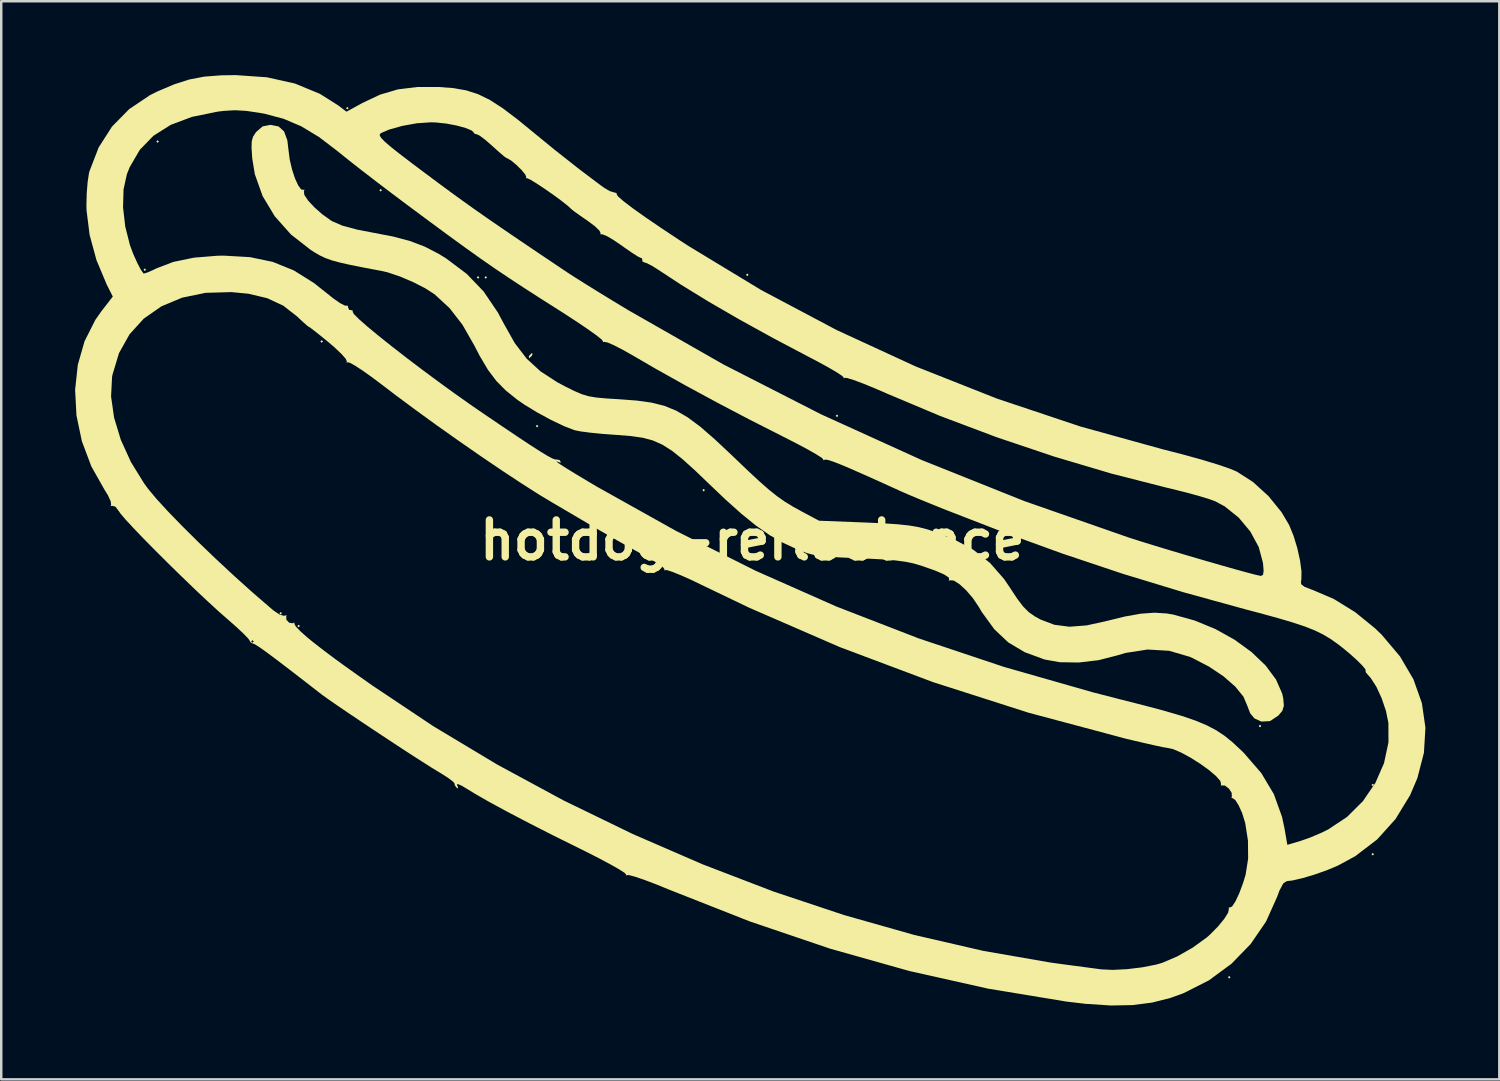
<source format=kicad_pcb>
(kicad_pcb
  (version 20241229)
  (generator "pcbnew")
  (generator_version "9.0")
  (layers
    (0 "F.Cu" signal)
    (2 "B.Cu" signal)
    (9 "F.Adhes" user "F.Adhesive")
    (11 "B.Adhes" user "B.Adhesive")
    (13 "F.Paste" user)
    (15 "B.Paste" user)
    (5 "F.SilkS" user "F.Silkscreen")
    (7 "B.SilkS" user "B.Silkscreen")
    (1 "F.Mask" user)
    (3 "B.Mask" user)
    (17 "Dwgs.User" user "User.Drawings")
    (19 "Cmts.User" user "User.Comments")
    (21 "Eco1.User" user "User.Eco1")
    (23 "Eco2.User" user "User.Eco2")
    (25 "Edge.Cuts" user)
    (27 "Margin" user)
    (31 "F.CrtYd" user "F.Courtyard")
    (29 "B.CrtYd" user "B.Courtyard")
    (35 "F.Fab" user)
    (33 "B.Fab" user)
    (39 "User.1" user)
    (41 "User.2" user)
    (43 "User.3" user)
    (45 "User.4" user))
  (footprint "hotdog-reflectance"
    (layer "F.Cu")
    (at 27.501 18.884)
    (property "Reference" "hotdog-reflectance" (at 0 0 0) (layer "F.SilkS") (effects (font (size 1.5 1.5) (thickness 0.3))))
    (attr board_only exclude_from_pos_files exclude_from_bom)
    (fp_poly (pts (xy -24.619 -10.982) (xy -24.671 -10.93) (xy -24.723 -10.982) (xy -24.671 -11.034)) (stroke (width 0) (type solid)) (fill yes) (layer "F.SilkS"))
    (fp_poly (pts (xy -24.099 -16.187) (xy -24.151 -16.135) (xy -24.203 -16.187) (xy -24.151 -16.239)) (stroke (width 0) (type solid)) (fill yes) (layer "F.SilkS"))
    (fp_poly (pts (xy -19.102 2.967) (xy -19.154 3.019) (xy -19.206 2.967) (xy -19.154 2.915)) (stroke (width 0) (type solid)) (fill yes) (layer "F.SilkS"))
    (fp_poly (pts (xy -18.373 3.487) (xy -18.425 3.539) (xy -18.477 3.487) (xy -18.425 3.435)) (stroke (width 0) (type solid)) (fill yes) (layer "F.SilkS"))
    (fp_poly (pts (xy -17.436 -8.068) (xy -17.489 -8.016) (xy -17.541 -8.068) (xy -17.489 -8.12)) (stroke (width 0) (type solid)) (fill yes) (layer "F.SilkS"))
    (fp_poly (pts (xy -16.395 -17.541) (xy -16.448 -17.489) (xy -16.5 -17.541) (xy -16.448 -17.593)) (stroke (width 0) (type solid)) (fill yes) (layer "F.SilkS"))
    (fp_poly (pts (xy -15.042 -14.209) (xy -15.094 -14.157) (xy -15.146 -14.209) (xy -15.094 -14.261)) (stroke (width 0) (type solid)) (fill yes) (layer "F.SilkS"))
    (fp_poly (pts (xy -11.086 -10.67) (xy -11.139 -10.618) (xy -11.191 -10.67) (xy -11.139 -10.722)) (stroke (width 0) (type solid)) (fill yes) (layer "F.SilkS"))
    (fp_poly (pts (xy -10.774 -10.67) (xy -10.826 -10.618) (xy -10.878 -10.67) (xy -10.826 -10.722)) (stroke (width 0) (type solid)) (fill yes) (layer "F.SilkS"))
    (fp_poly (pts (xy -8.692 -4.632) (xy -8.744 -4.58) (xy -8.796 -4.632) (xy -8.744 -4.684)) (stroke (width 0) (type solid)) (fill yes) (layer "F.SilkS"))
    (fp_poly (pts (xy -1.926 -2.03) (xy -1.978 -1.978) (xy -2.03 -2.03) (xy -1.978 -2.082)) (stroke (width 0) (type solid)) (fill yes) (layer "F.SilkS"))
    (fp_poly (pts (xy -0.156 -10.774) (xy -0.208 -10.722) (xy -0.26 -10.774) (xy -0.208 -10.826)) (stroke (width 0) (type solid)) (fill yes) (layer "F.SilkS"))
    (fp_poly (pts (xy 3.487 -5.049) (xy 3.435 -4.997) (xy 3.383 -5.049) (xy 3.435 -5.101)) (stroke (width 0) (type solid)) (fill yes) (layer "F.SilkS"))
    (fp_poly (pts (xy 19.414 17.749) (xy 19.362 17.801) (xy 19.31 17.749) (xy 19.362 17.697)) (stroke (width 0) (type solid)) (fill yes) (layer "F.SilkS"))
    (fp_poly (pts (xy 20.664 7.547) (xy 20.611 7.599) (xy 20.559 7.547) (xy 20.611 7.495)) (stroke (width 0) (type solid)) (fill yes) (layer "F.SilkS"))
    (fp_poly (pts (xy 25.244 9.941) (xy 25.192 9.993) (xy 25.14 9.941) (xy 25.192 9.889)) (stroke (width 0) (type solid)) (fill yes) (layer "F.SilkS"))
    (fp_poly (pts (xy 25.244 12.752) (xy 25.192 12.804) (xy 25.14 12.752) (xy 25.192 12.7)) (stroke (width 0) (type solid)) (fill yes) (layer "F.SilkS"))
    (fp_poly (pts (xy -8.933 -7.532) (xy -8.952 -7.495) (xy -9.051 -7.396) (xy -9.069 -7.391) (xy -9.076 -7.458) (xy -9.057 -7.495) (xy -8.958 -7.594) (xy -8.94 -7.599)) (stroke (width 0) (type solid)) (fill yes) (layer "F.SilkS"))
    (fp_poly (pts (xy -19.243 -16.801) (xy -19.016 -16.598) (xy -18.883 -16.235) (xy -18.835 -15.831) (xy -18.786 -15.451) (xy -18.693 -15.056) (xy -18.573 -14.691) (xy -18.442 -14.404) (xy -18.319 -14.24) (xy -18.241 -14.227) (xy -18.184 -14.227) (xy -18.213 -14.164) (xy -18.192 -14.016) (xy -18.037 -13.787) (xy -17.784 -13.514) (xy -17.468 -13.236) (xy -17.127 -12.991) (xy -17.057 -12.948) (xy -16.647 -12.771) (xy -16.04 -12.608) (xy -15.43 -12.491) (xy -14.591 -12.33) (xy -13.903 -12.147) (xy -13.309 -11.921) (xy -12.751 -11.634) (xy -12.433 -11.439) (xy -11.598 -10.812) (xy -10.912 -10.097) (xy -10.336 -9.247) (xy -10.095 -8.796) (xy -9.649 -8.003) (xy -9.166 -7.371) (xy -8.601 -6.853) (xy -7.909 -6.404) (xy -7.605 -6.243) (xy -7.233 -6.058) (xy -6.938 -5.931) (xy -6.662 -5.847) (xy -6.349 -5.793) (xy -5.94 -5.755) (xy -5.393 -5.721) (xy -4.691 -5.668) (xy -4.096 -5.585) (xy -3.576 -5.455) (xy -3.096 -5.26) (xy -2.619 -4.982) (xy -2.112 -4.604) (xy -1.54 -4.108) (xy -0.867 -3.478) (xy -0.779 -3.393) (xy -0.191 -2.831) (xy 0.281 -2.392) (xy 0.67 -2.051) (xy 1.006 -1.782) (xy 1.321 -1.561) (xy 1.646 -1.363) (xy 1.978 -1.179) (xy 2.707 -0.79) (xy 4.58 -0.717) (xy 5.33 -0.683) (xy 5.914 -0.644) (xy 6.373 -0.594) (xy 6.748 -0.53) (xy 7.082 -0.445) (xy 7.183 -0.414) (xy 8.165 -0.046) (xy 8.977 0.393) (xy 9.65 0.926) (xy 10.219 1.576) (xy 10.447 1.911) (xy 10.75 2.371) (xy 10.994 2.693) (xy 11.221 2.921) (xy 11.473 3.098) (xy 11.704 3.224) (xy 12.263 3.436) (xy 12.872 3.515) (xy 13.567 3.462) (xy 14.316 3.299) (xy 15.117 3.102) (xy 15.773 2.985) (xy 16.329 2.945) (xy 16.829 2.977) (xy 17.084 3.02) (xy 17.965 3.264) (xy 18.807 3.612) (xy 19.585 4.046) (xy 20.271 4.545) (xy 20.839 5.088) (xy 21.262 5.657) (xy 21.514 6.229) (xy 21.556 6.421) (xy 21.582 6.724) (xy 21.52 6.93) (xy 21.357 7.123) (xy 21.019 7.347) (xy 20.664 7.366) (xy 20.386 7.237) (xy 20.214 7.03) (xy 20.103 6.741) (xy 20.101 6.732) (xy 19.939 6.353) (xy 19.606 5.944) (xy 19.132 5.53) (xy 18.546 5.137) (xy 17.879 4.79) (xy 17.746 4.732) (xy 16.923 4.492) (xy 16.046 4.441) (xy 15.149 4.58) (xy 14.834 4.674) (xy 14.059 4.873) (xy 13.25 4.968) (xy 12.48 4.956) (xy 11.862 4.845) (xy 11.056 4.548) (xy 10.391 4.151) (xy 9.826 3.62) (xy 9.319 2.922) (xy 9.184 2.695) (xy 8.953 2.352) (xy 8.683 2.038) (xy 8.412 1.789) (xy 8.181 1.641) (xy 8.035 1.628) (xy 7.967 1.647) (xy 7.988 1.614) (xy 7.979 1.521) (xy 7.797 1.398) (xy 7.434 1.24) (xy 6.877 1.043) (xy 6.868 1.04) (xy 6.553 0.947) (xy 6.216 0.877) (xy 5.815 0.823) (xy 5.306 0.782) (xy 4.649 0.747) (xy 4.331 0.734) (xy 3.659 0.706) (xy 3.154 0.677) (xy 2.774 0.642) (xy 2.478 0.594) (xy 2.223 0.527) (xy 1.97 0.435) (xy 1.768 0.351) (xy 1.217 0.092) (xy 0.686 -0.215) (xy 0.143 -0.594) (xy -0.443 -1.069) (xy -1.105 -1.662) (xy -1.713 -2.241) (xy -2.329 -2.831) (xy -2.835 -3.288) (xy -3.267 -3.632) (xy -3.658 -3.879) (xy -4.043 -4.049) (xy -4.457 -4.159) (xy -4.935 -4.228) (xy -5.51 -4.273) (xy -5.569 -4.277) (xy -6.104 -4.317) (xy -6.595 -4.366) (xy -6.986 -4.418) (xy -7.221 -4.465) (xy -7.648 -4.63) (xy -8.173 -4.881) (xy -8.73 -5.182) (xy -9.249 -5.498) (xy -9.551 -5.706) (xy -10.017 -6.081) (xy -10.399 -6.468) (xy -10.738 -6.919) (xy -11.073 -7.485) (xy -11.297 -7.916) (xy -11.774 -8.75) (xy -12.296 -9.422) (xy -12.898 -9.978) (xy -12.9 -9.98) (xy -13.278 -10.225) (xy -13.777 -10.48) (xy -14.315 -10.709) (xy -14.809 -10.875) (xy -15.005 -10.921) (xy -15.748 -11.062) (xy -16.319 -11.176) (xy -16.753 -11.273) (xy -17.084 -11.364) (xy -17.346 -11.458) (xy -17.572 -11.566) (xy -17.796 -11.698) (xy -17.934 -11.786) (xy -18.736 -12.412) (xy -19.393 -13.15) (xy -19.888 -13.974) (xy -20.203 -14.857) (xy -20.31 -15.511) (xy -20.337 -15.925) (xy -20.329 -16.195) (xy -20.276 -16.383) (xy -20.168 -16.551) (xy -20.147 -16.578) (xy -19.884 -16.803) (xy -19.579 -16.864)) (stroke (width 0) (type solid)) (fill yes) (layer "F.SilkS"))
    (fp_poly (pts (xy -19.714 -18.796) (xy -18.575 -18.542) (xy -17.56 -18.123) (xy -16.828 -17.66) (xy -16.479 -17.399) (xy -15.838 -17.752) (xy -15.115 -18.092) (xy -14.39 -18.305) (xy -13.601 -18.402) (xy -12.753 -18.402) (xy -12.149 -18.357) (xy -11.625 -18.266) (xy -11.14 -18.111) (xy -10.657 -17.874) (xy -10.134 -17.537) (xy -9.533 -17.082) (xy -9.057 -16.693) (xy -8.015 -15.841) (xy -7.037 -15.07) (xy -6.16 -14.41) (xy -6.028 -14.314) (xy -5.793 -14.175) (xy -5.613 -14.119) (xy -5.603 -14.12) (xy -5.508 -14.089) (xy -5.515 -14.056) (xy -5.456 -13.959) (xy -5.232 -13.763) (xy -4.856 -13.477) (xy -4.342 -13.111) (xy -3.701 -12.674) (xy -2.948 -12.175) (xy -2.602 -11.95) (xy 0.347 -10.163) (xy 3.429 -8.529) (xy 6.629 -7.055) (xy 9.93 -5.749) (xy 13.32 -4.615) (xy 16.656 -3.692) (xy 17.512 -3.472) (xy 18.272 -3.261) (xy 18.907 -3.068) (xy 19.391 -2.902) (xy 19.668 -2.786) (xy 20.327 -2.363) (xy 20.953 -1.794) (xy 21.486 -1.139) (xy 21.795 -0.617) (xy 21.975 -0.179) (xy 22.127 0.322) (xy 22.239 0.827) (xy 22.298 1.275) (xy 22.291 1.607) (xy 22.276 1.669) (xy 22.285 1.789) (xy 22.422 1.895) (xy 22.722 2.012) (xy 22.769 2.028) (xy 23.617 2.392) (xy 24.474 2.921) (xy 25.288 3.583) (xy 25.556 3.842) (xy 26.299 4.722) (xy 26.843 5.65) (xy 27.187 6.619) (xy 27.33 7.617) (xy 27.269 8.635) (xy 27.003 9.663) (xy 26.706 10.358) (xy 26.115 11.325) (xy 25.371 12.152) (xy 24.482 12.831) (xy 23.771 13.217) (xy 23.324 13.404) (xy 22.828 13.579) (xy 22.343 13.723) (xy 21.934 13.818) (xy 21.697 13.845) (xy 21.558 13.938) (xy 21.406 14.222) (xy 21.309 14.481) (xy 20.858 15.487) (xy 20.232 16.4) (xy 19.452 17.202) (xy 18.538 17.874) (xy 17.51 18.395) (xy 16.976 18.588) (xy 16.231 18.777) (xy 15.434 18.879) (xy 14.547 18.895) (xy 13.532 18.828) (xy 12.752 18.736) (xy 9.576 18.212) (xy 6.379 17.496) (xy 3.154 16.587) (xy -0.109 15.48) (xy -3.363 14.198) (xy -3.901 13.978) (xy -4.377 13.797) (xy -4.756 13.668) (xy -5.004 13.601) (xy -5.08 13.599) (xy -5.147 13.615) (xy -5.123 13.58) (xy -5.187 13.51) (xy -5.413 13.364) (xy -5.775 13.159) (xy -6.246 12.908) (xy -6.802 12.626) (xy -6.996 12.53) (xy -8.082 11.992) (xy -9.072 11.488) (xy -9.947 11.03) (xy -10.684 10.63) (xy -11.262 10.298) (xy -11.476 10.167) (xy -11.796 9.974) (xy -11.965 9.899) (xy -11.998 9.937) (xy -11.961 10.01) (xy -11.949 10.081) (xy -12.009 10.054) (xy -12.091 9.94) (xy -12.082 9.901) (xy -12.142 9.816) (xy -12.344 9.66) (xy -12.649 9.465) (xy -12.731 9.416) (xy -13.019 9.241) (xy -13.435 8.977) (xy -13.949 8.646) (xy -14.525 8.269) (xy -15.133 7.868) (xy -15.738 7.466) (xy -16.308 7.084) (xy -16.809 6.744) (xy -17.21 6.467) (xy -17.476 6.276) (xy -17.516 6.246) (xy -18.29 5.644) (xy -18.915 5.163) (xy -19.404 4.791) (xy -19.772 4.518) (xy -20.032 4.335) (xy -20.197 4.231) (xy -20.281 4.197) (xy -20.289 4.197) (xy -20.391 4.136) (xy -20.396 4.112) (xy -20.351 4.112) (xy -20.299 4.164) (xy -20.247 4.112) (xy -20.299 4.06) (xy -20.351 4.112) (xy -20.396 4.112) (xy -20.399 4.1) (xy -20.475 3.99) (xy -20.68 3.779) (xy -20.981 3.499) (xy -21.288 3.23) (xy -21.674 2.891) (xy -22.135 2.468) (xy -22.646 1.986) (xy -23.184 1.468) (xy -23.726 0.937) (xy -24.248 0.417) (xy -24.727 -0.069) (xy -25.138 -0.498) (xy -25.459 -0.845) (xy -25.665 -1.088) (xy -25.724 -1.175) (xy -25.865 -1.36) (xy -25.99 -1.394) (xy -25.993 -1.393) (xy -26.06 -1.385) (xy -26.039 -1.434) (xy -26.055 -1.575) (xy -26.168 -1.822) (xy -26.297 -2.031) (xy -26.843 -2.997) (xy -27.226 -4.017) (xy -27.446 -5.062) (xy -27.487 -5.839) (xy -26.041 -5.839) (xy -25.919 -4.978) (xy -25.646 -4.077) (xy -25.235 -3.173) (xy -24.697 -2.302) (xy -24.534 -2.081) (xy -24.195 -1.674) (xy -23.723 -1.16) (xy -23.146 -0.565) (xy -22.49 0.085) (xy -21.782 0.764) (xy -21.05 1.445) (xy -20.319 2.102) (xy -19.618 2.709) (xy -19.443 2.857) (xy -19.203 3.018) (xy -19.02 3.072) (xy -18.984 3.062) (xy -18.91 3.048) (xy -18.929 3.095) (xy -18.922 3.232) (xy -18.81 3.351) (xy -18.674 3.377) (xy -18.641 3.356) (xy -18.592 3.355) (xy -18.599 3.398) (xy -18.537 3.509) (xy -18.343 3.71) (xy -18.05 3.969) (xy -17.853 4.129) (xy -17.534 4.378) (xy -17.247 4.597) (xy -16.957 4.814) (xy -16.623 5.057) (xy -16.207 5.354) (xy -15.672 5.732) (xy -15.459 5.883) (xy -12.974 7.543) (xy -10.364 9.11) (xy -7.652 10.576) (xy -4.863 11.93) (xy -2.021 13.163) (xy 0.849 14.264) (xy 3.722 15.223) (xy 6.574 16.031) (xy 9.38 16.678) (xy 12.116 17.153) (xy 12.596 17.219) (xy 13.115 17.288) (xy 13.585 17.35) (xy 13.954 17.399) (xy 14.157 17.427) (xy 14.63 17.45) (xy 15.215 17.42) (xy 15.829 17.346) (xy 16.385 17.237) (xy 16.64 17.164) (xy 17.256 16.901) (xy 17.892 16.538) (xy 18.45 16.133) (xy 18.584 16.015) (xy 18.906 15.688) (xy 19.16 15.379) (xy 19.318 15.128) (xy 19.35 14.972) (xy 19.347 14.965) (xy 19.344 14.902) (xy 19.386 14.921) (xy 19.483 14.871) (xy 19.618 14.663) (xy 19.771 14.336) (xy 19.922 13.932) (xy 20.028 13.585) (xy 20.131 12.931) (xy 20.124 12.2) (xy 20.013 11.489) (xy 19.889 11.086) (xy 19.747 10.77) (xy 19.613 10.556) (xy 19.522 10.49) (xy 19.451 10.454) (xy 19.469 10.406) (xy 19.462 10.257) (xy 19.347 10.085) (xy 19.19 9.965) (xy 19.072 9.96) (xy 19.014 9.958) (xy 19.033 9.917) (xy 19.004 9.781) (xy 18.827 9.579) (xy 18.542 9.336) (xy 18.186 9.08) (xy 17.798 8.835) (xy 17.418 8.628) (xy 17.083 8.485) (xy 16.835 8.432) (xy 16.692 8.409) (xy 16.385 8.344) (xy 15.954 8.247) (xy 15.437 8.126) (xy 15.17 8.063) (xy 11.216 7.007) (xy 7.341 5.766) (xy 3.555 4.344) (xy -0.128 2.744) (xy -1.935 1.877) (xy -2.444 1.631) (xy -2.893 1.43) (xy -3.245 1.287) (xy -3.468 1.216) (xy -3.524 1.215) (xy -3.587 1.228) (xy -3.564 1.195) (xy -3.616 1.113) (xy -3.819 0.961) (xy -4.14 0.761) (xy -4.448 0.588) (xy -4.927 0.326) (xy -5.51 -0.002) (xy -6.12 -0.352) (xy -6.662 -0.668) (xy -7.132 -0.945) (xy -7.548 -1.19) (xy -7.873 -1.381) (xy -8.068 -1.495) (xy -8.093 -1.509) (xy -8.666 -1.853) (xy -9.37 -2.302) (xy -10.174 -2.832) (xy -11.044 -3.422) (xy -11.947 -4.049) (xy -12.851 -4.689) (xy -13.723 -5.322) (xy -14.53 -5.922) (xy -14.962 -6.253) (xy -15.419 -6.597) (xy -15.824 -6.885) (xy -16.146 -7.095) (xy -16.355 -7.209) (xy -16.418 -7.221) (xy -16.483 -7.215) (xy -16.465 -7.258) (xy -16.512 -7.365) (xy -16.692 -7.568) (xy -16.972 -7.833) (xy -17.201 -8.029) (xy -17.537 -8.304) (xy -17.805 -8.516) (xy -17.97 -8.64) (xy -18.006 -8.659) (xy -18.076 -8.707) (xy -18.255 -8.866) (xy -18.494 -9.09) (xy -19.052 -9.524) (xy -19.698 -9.825) (xy -20.466 -10.007) (xy -21.154 -10.073) (xy -22.204 -10.043) (xy -23.155 -9.847) (xy -23.995 -9.496) (xy -24.712 -8.997) (xy -25.29 -8.361) (xy -25.719 -7.596) (xy -25.985 -6.713) (xy -26.001 -6.623) (xy -26.041 -5.839) (xy -27.487 -5.839) (xy -27.501 -6.106) (xy -27.392 -7.12) (xy -27.118 -8.076) (xy -26.678 -8.948) (xy -26.436 -9.292) (xy -25.971 -9.892) (xy -26.22 -10.385) (xy -26.633 -11.37) (xy -26.912 -12.395) (xy -27.037 -13.392) (xy -27.04 -13.517) (xy -25.555 -13.517) (xy -25.466 -12.739) (xy -25.272 -11.972) (xy -25.145 -11.633) (xy -24.98 -11.265) (xy -24.834 -10.985) (xy -24.731 -10.838) (xy -24.709 -10.826) (xy -24.563 -10.87) (xy -24.311 -10.981) (xy -24.202 -11.035) (xy -23.514 -11.298) (xy -22.672 -11.472) (xy -21.713 -11.55) (xy -21.459 -11.553) (xy -20.403 -11.493) (xy -19.472 -11.299) (xy -18.619 -10.953) (xy -17.798 -10.438) (xy -17.338 -10.073) (xy -17.007 -9.81) (xy -16.729 -9.618) (xy -16.545 -9.525) (xy -16.5 -9.525) (xy -16.419 -9.512) (xy -16.419 -9.455) (xy -16.369 -9.348) (xy -16.31 -9.345) (xy -16.22 -9.318) (xy -16.233 -9.276) (xy -16.177 -9.176) (xy -15.972 -8.972) (xy -15.639 -8.679) (xy -15.198 -8.314) (xy -14.67 -7.892) (xy -14.075 -7.429) (xy -13.433 -6.942) (xy -12.766 -6.447) (xy -12.094 -5.959) (xy -11.437 -5.495) (xy -11.086 -5.253) (xy -10.251 -4.685) (xy -9.571 -4.228) (xy -9.033 -3.871) (xy -8.622 -3.607) (xy -8.324 -3.426) (xy -8.123 -3.318) (xy -8.006 -3.274) (xy -7.966 -3.277) (xy -7.839 -3.258) (xy -7.798 -3.213) (xy -7.785 -3.14) (xy -7.869 -3.174) (xy -7.954 -3.208) (xy -7.911 -3.155) (xy -7.79 -3.07) (xy -7.522 -2.9) (xy -7.137 -2.664) (xy -6.67 -2.384) (xy -6.298 -2.164) (xy -3.097 -0.374) (xy 0.127 1.24) (xy 3.402 2.691) (xy 6.756 3.99) (xy 10.218 5.147) (xy 13.818 6.176) (xy 14.938 6.464) (xy 15.941 6.719) (xy 16.766 6.94) (xy 17.442 7.138) (xy 17.994 7.327) (xy 18.448 7.516) (xy 18.833 7.718) (xy 19.173 7.943) (xy 19.495 8.205) (xy 19.827 8.513) (xy 19.963 8.646) (xy 20.666 9.459) (xy 21.176 10.314) (xy 21.508 11.239) (xy 21.603 11.681) (xy 21.723 12.371) (xy 22.26 12.213) (xy 22.66 12.072) (xy 23.116 11.877) (xy 23.393 11.74) (xy 24.151 11.235) (xy 24.792 10.597) (xy 25.297 9.859) (xy 25.649 9.054) (xy 25.829 8.213) (xy 25.826 7.418) (xy 25.728 6.936) (xy 25.554 6.422) (xy 25.337 5.95) (xy 25.105 5.593) (xy 25.046 5.527) (xy 24.914 5.375) (xy 24.897 5.309) (xy 24.899 5.309) (xy 24.897 5.249) (xy 24.766 5.09) (xy 24.539 4.864) (xy 24.248 4.602) (xy 23.926 4.337) (xy 23.772 4.219) (xy 23.477 4.011) (xy 23.179 3.832) (xy 22.845 3.668) (xy 22.446 3.51) (xy 21.952 3.345) (xy 21.333 3.162) (xy 20.558 2.95) (xy 20.039 2.813) (xy 17.516 2.118) (xy 15.049 1.368) (xy 12.583 0.543) (xy 10.06 -0.374) (xy 7.812 -1.247) (xy 7.284 -1.46) (xy 6.784 -1.664) (xy 6.366 -1.839) (xy 6.084 -1.961) (xy 6.066 -1.969) (xy 5.203 -2.361) (xy 4.511 -2.671) (xy 3.971 -2.909) (xy 3.565 -3.08) (xy 3.275 -3.192) (xy 3.083 -3.254) (xy 2.972 -3.272) (xy 2.933 -3.264) (xy 2.864 -3.245) (xy 2.884 -3.275) (xy 2.818 -3.344) (xy 2.592 -3.488) (xy 2.233 -3.692) (xy 1.768 -3.94) (xy 1.225 -4.217) (xy 1.167 -4.246) (xy -0.111 -4.894) (xy -1.424 -5.583) (xy -2.714 -6.282) (xy -3.922 -6.958) (xy -4.824 -7.482) (xy -5.25 -7.724) (xy -5.615 -7.912) (xy -5.882 -8.028) (xy -6.011 -8.052) (xy -6.011 -8.052) (xy -6.078 -8.043) (xy -6.064 -8.078) (xy -6.131 -8.158) (xy -6.35 -8.331) (xy -6.697 -8.578) (xy -7.148 -8.882) (xy -7.677 -9.227) (xy -7.896 -9.366) (xy -8.64 -9.838) (xy -9.292 -10.258) (xy -9.885 -10.647) (xy -10.451 -11.028) (xy -11.02 -11.423) (xy -11.625 -11.854) (xy -12.297 -12.342) (xy -13.07 -12.911) (xy -13.973 -13.582) (xy -14.053 -13.641) (xy -14.666 -14.101) (xy -15.287 -14.573) (xy -15.872 -15.024) (xy -16.381 -15.422) (xy -16.771 -15.736) (xy -16.828 -15.783) (xy -17.597 -16.37) (xy -17.683 -16.422) (xy -15.128 -16.422) (xy -15.064 -16.321) (xy -14.917 -16.172) (xy -14.673 -15.963) (xy -14.316 -15.68) (xy -13.833 -15.311) (xy -13.206 -14.841) (xy -12.66 -14.435) (xy -12.2 -14.096) (xy -11.748 -13.769) (xy -11.28 -13.435) (xy -10.77 -13.078) (xy -10.193 -12.681) (xy -9.525 -12.226) (xy -8.741 -11.696) (xy -7.815 -11.074) (xy -7.508 -10.868) (xy -7.216 -10.679) (xy -6.786 -10.408) (xy -6.258 -10.081) (xy -5.673 -9.723) (xy -5.07 -9.358) (xy -5.049 -9.345) (xy -1.173 -7.134) (xy 2.798 -5.106) (xy 6.869 -3.257) (xy 11.045 -1.586) (xy 15.269 -0.111) (xy 15.773 0.05) (xy 16.369 0.234) (xy 17.025 0.432) (xy 17.709 0.635) (xy 18.391 0.835) (xy 19.037 1.021) (xy 19.616 1.185) (xy 20.098 1.317) (xy 20.449 1.409) (xy 20.638 1.45) (xy 20.652 1.451) (xy 20.735 1.409) (xy 20.76 1.245) (xy 20.734 0.926) (xy 20.562 0.281) (xy 20.221 -0.349) (xy 19.748 -0.916) (xy 19.18 -1.372) (xy 18.79 -1.581) (xy 18.518 -1.678) (xy 18.094 -1.806) (xy 17.569 -1.948) (xy 16.996 -2.091) (xy 16.812 -2.134) (xy 14.57 -2.706) (xy 12.246 -3.397) (xy 9.908 -4.184) (xy 7.626 -5.043) (xy 5.526 -5.926) (xy 4.982 -6.162) (xy 4.499 -6.359) (xy 4.112 -6.503) (xy 3.854 -6.583) (xy 3.761 -6.592) (xy 3.693 -6.573) (xy 3.711 -6.6) (xy 3.646 -6.67) (xy 3.425 -6.816) (xy 3.077 -7.02) (xy 2.63 -7.264) (xy 2.305 -7.434) (xy 0.85 -8.202) (xy -0.52 -8.958) (xy -1.778 -9.686) (xy -2.895 -10.372) (xy -3.792 -10.961) (xy -4.075 -11.14) (xy -4.302 -11.254) (xy -4.386 -11.277) (xy -4.476 -11.327) (xy -4.466 -11.364) (xy -4.483 -11.447) (xy -4.509 -11.451) (xy -4.632 -11.509) (xy -4.876 -11.662) (xy -5.196 -11.883) (xy -5.313 -11.967) (xy -5.647 -12.195) (xy -5.923 -12.355) (xy -6.096 -12.422) (xy -6.123 -12.419) (xy -6.179 -12.422) (xy -6.161 -12.461) (xy -6.208 -12.566) (xy -6.392 -12.745) (xy -6.674 -12.958) (xy -6.692 -12.97) (xy -6.997 -13.18) (xy -7.229 -13.346) (xy -7.338 -13.433) (xy -7.339 -13.433) (xy -7.499 -13.58) (xy -7.763 -13.788) (xy -8.088 -14.027) (xy -8.433 -14.267) (xy -8.753 -14.479) (xy -9.006 -14.634) (xy -9.15 -14.701) (xy -9.165 -14.699) (xy -9.201 -14.697) (xy -9.18 -14.741) (xy -9.223 -14.85) (xy -9.375 -15.034) (xy -9.584 -15.24) (xy -9.795 -15.415) (xy -9.953 -15.507) (xy -9.976 -15.511) (xy -10.07 -15.576) (xy -10.274 -15.749) (xy -10.545 -15.993) (xy -10.578 -16.023) (xy -10.858 -16.266) (xy -11.083 -16.432) (xy -11.207 -16.488) (xy -11.214 -16.485) (xy -11.292 -16.508) (xy -11.295 -16.53) (xy -11.39 -16.631) (xy -11.643 -16.737) (xy -12.003 -16.836) (xy -12.42 -16.915) (xy -12.845 -16.961) (xy -13.057 -16.968) (xy -13.619 -16.929) (xy -14.213 -16.823) (xy -14.753 -16.671) (xy -15.071 -16.535) (xy -15.126 -16.489) (xy -15.128 -16.422) (xy -17.683 -16.422) (xy -18.315 -16.804) (xy -19.034 -17.11) (xy -19.808 -17.315) (xy -19.996 -17.35) (xy -20.554 -17.432) (xy -21.011 -17.458) (xy -21.468 -17.431) (xy -21.723 -17.399) (xy -22.756 -17.188) (xy -23.619 -16.864) (xy -24.322 -16.42) (xy -24.874 -15.85) (xy -25.284 -15.148) (xy -25.398 -14.864) (xy -25.534 -14.245) (xy -25.555 -13.517) (xy -27.04 -13.517) (xy -27.042 -13.585) (xy -27.03 -14.071) (xy -26.993 -14.538) (xy -26.938 -14.902) (xy -26.92 -14.977) (xy -26.543 -15.95) (xy -26.003 -16.794) (xy -25.306 -17.503) (xy -24.459 -18.071) (xy -24.164 -18.218) (xy -23.483 -18.508) (xy -22.873 -18.704) (xy -22.26 -18.822) (xy -21.57 -18.876) (xy -20.976 -18.884)) (stroke (width 0) (type solid)) (fill yes) (layer "F.SilkS")))
  (gr_rect
    (start -3 -3)
    (end 57.831 40.78)
    (stroke (width 0.1) (type default))
    (fill no)
    (layer "Edge.Cuts")))
</source>
